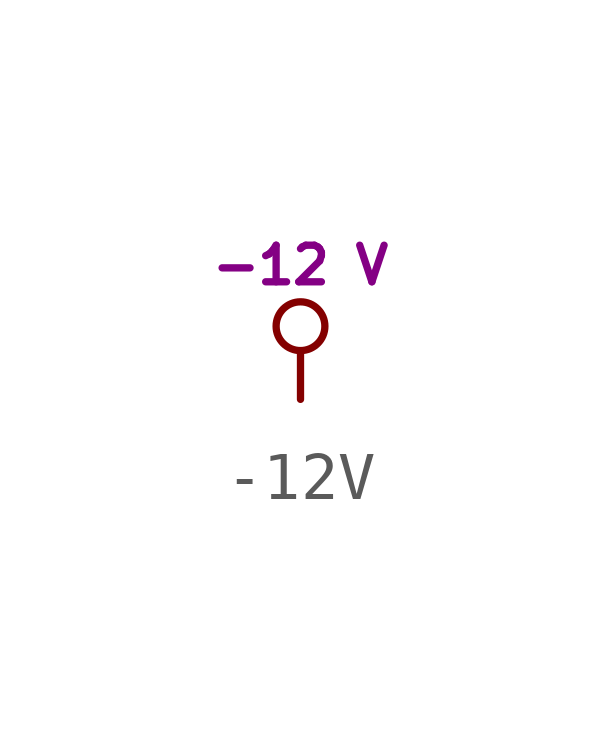
<source format=kicad_sym>
(kicad_symbol_lib
  (version 20211014)
  (generator kicad_symbol_editor)
  (symbol "-12V"
    (power)
    (pin_numbers hide)
    (pin_names
      (offset 0))
    (property "Reference" "#PWR"
      (at 0 3.556 0)
      (effects (font (size 0.508 0.508)) hide))
    (property "Footprint" ""
      (at 0 0 0)
      (effects (font (size 1.524 1.524))))
    (property "Datasheet" ""
      (at 0 3.556 0)
      (effects (font (size 1.524 1.524))))
    (property "Unit" "-12 V"
      (at 0 2.794 0)
      (effects (font (size 0.762 0.762))))
    (symbol "-12V_0_0"
      (polyline (pts (xy 0 0) (xy 0 1.016) (xy 0 1.016)) (stroke (width 0) (type default) (color 0 0 0 0)) (fill (type none)))
      (pin power_in line (at 0 0 90) (length 0) hide (name "-12V" (effects (font (size 0.635 0.635)))) (number "1" (effects (font (size 0.635 0.635))))))
    (symbol "-12V_0_1"
      (circle (center 0 1.524) (radius 0.508) (stroke (width 0) (type default) (color 0 0 0 0)) (fill (type none))))))
</source>
